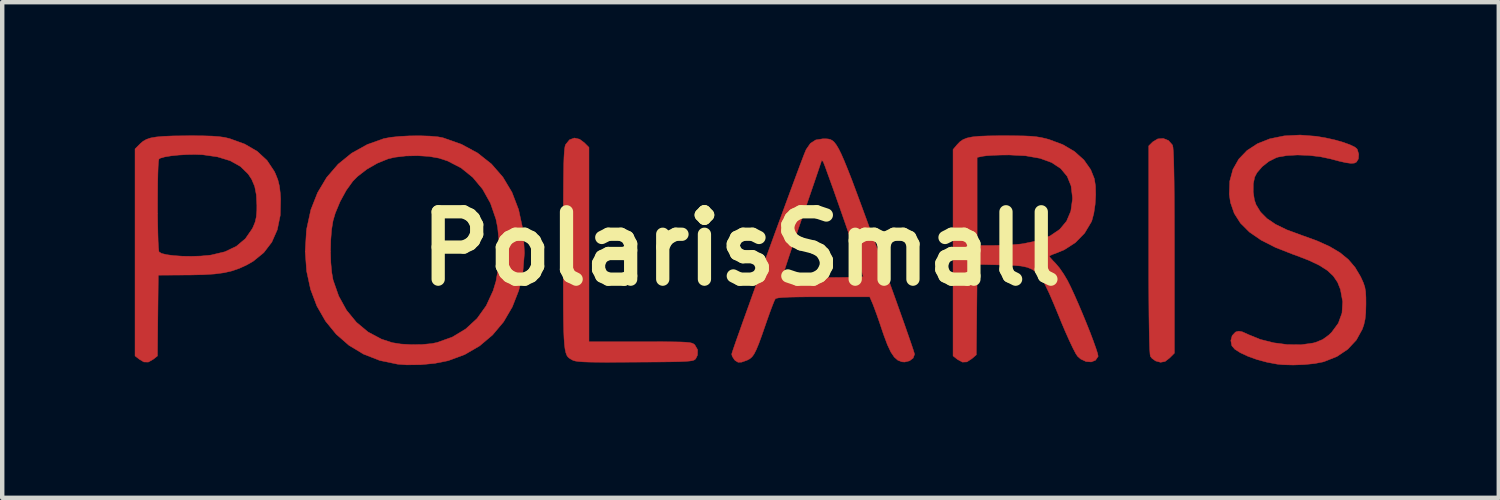
<source format=kicad_pcb>
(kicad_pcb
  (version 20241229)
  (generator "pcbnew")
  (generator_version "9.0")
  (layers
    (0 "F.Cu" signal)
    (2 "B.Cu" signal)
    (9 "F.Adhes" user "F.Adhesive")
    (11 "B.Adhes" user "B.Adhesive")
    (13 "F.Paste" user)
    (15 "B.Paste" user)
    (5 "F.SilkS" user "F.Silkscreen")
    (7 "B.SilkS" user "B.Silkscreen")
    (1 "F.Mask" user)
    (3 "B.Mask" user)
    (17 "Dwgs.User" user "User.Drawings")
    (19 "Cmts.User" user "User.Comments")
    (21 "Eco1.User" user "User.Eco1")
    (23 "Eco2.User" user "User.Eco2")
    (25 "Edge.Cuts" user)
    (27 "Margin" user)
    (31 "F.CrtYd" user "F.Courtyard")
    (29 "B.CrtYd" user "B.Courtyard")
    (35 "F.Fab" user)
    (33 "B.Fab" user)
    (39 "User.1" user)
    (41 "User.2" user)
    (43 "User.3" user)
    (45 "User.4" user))
  (footprint "PolarisSmall"
    (layer "F.Cu")
    (at 13.721 2.576)
    (property "Reference" "PolarisSmall" (at 0 0 0) (layer "F.SilkS") (effects (font (size 1.524 1.524) (thickness 0.3))))
    (attr through_hole)
    (fp_poly (pts (xy 9.664 -2.447) (xy 9.751 -2.348) (xy 9.757 -2.335) (xy 9.766 -2.286) (xy 9.774 -2.182) (xy 9.781 -2.019) (xy 9.786 -1.797) (xy 9.791 -1.512) (xy 9.794 -1.163) (xy 9.796 -0.746) (xy 9.797 -0.261) (xy 9.797 0.059) (xy 9.797 2.364) (xy 9.691 2.47) (xy 9.587 2.551) (xy 9.484 2.57) (xy 9.373 2.54) (xy 9.292 2.483) (xy 9.255 2.436) (xy 9.246 2.385) (xy 9.238 2.268) (xy 9.232 2.084) (xy 9.227 1.832) (xy 9.222 1.512) (xy 9.219 1.122) (xy 9.217 0.661) (xy 9.217 0.128) (xy 9.217 0.019) (xy 9.217 -2.326) (xy 9.306 -2.415) (xy 9.42 -2.484) (xy 9.546 -2.494) (xy 9.664 -2.447)) (stroke (width 0.01) (type solid)) (fill yes) (layer "F.Cu"))
    (fp_poly (pts (xy -3.66 -2.477) (xy -3.553 -2.398) (xy -3.447 -2.292) (xy -3.447 2.105) (xy -2.286 2.105) (xy -1.965 2.105) (xy -1.708 2.106) (xy -1.508 2.108) (xy -1.357 2.111) (xy -1.247 2.117) (xy -1.17 2.125) (xy -1.119 2.136) (xy -1.085 2.151) (xy -1.06 2.169) (xy -1.052 2.177) (xy -0.989 2.286) (xy -0.992 2.408) (xy -1.031 2.488) (xy -1.048 2.506) (xy -1.072 2.521) (xy -1.112 2.533) (xy -1.174 2.542) (xy -1.266 2.549) (xy -1.395 2.555) (xy -1.568 2.559) (xy -1.792 2.562) (xy -2.075 2.564) (xy -2.401 2.566) (xy -2.754 2.568) (xy -3.042 2.569) (xy -3.272 2.568) (xy -3.45 2.565) (xy -3.585 2.56) (xy -3.683 2.552) (xy -3.752 2.542) (xy -3.798 2.53) (xy -3.819 2.52) (xy -3.86 2.497) (xy -3.896 2.474) (xy -3.926 2.446) (xy -3.951 2.406) (xy -3.971 2.349) (xy -3.988 2.271) (xy -4.001 2.166) (xy -4.011 2.028) (xy -4.018 1.852) (xy -4.023 1.633) (xy -4.026 1.366) (xy -4.027 1.044) (xy -4.028 0.662) (xy -4.028 0.216) (xy -4.028 0) (xy -4.028 -0.471) (xy -4.027 -0.874) (xy -4.025 -1.216) (xy -4.023 -1.501) (xy -4.02 -1.734) (xy -4.017 -1.921) (xy -4.012 -2.067) (xy -4.005 -2.178) (xy -3.998 -2.258) (xy -3.989 -2.313) (xy -3.978 -2.348) (xy -3.975 -2.356) (xy -3.888 -2.463) (xy -3.78 -2.504) (xy -3.66 -2.477)) (stroke (width 0.01) (type solid)) (fill yes) (layer "F.Cu"))
    (fp_poly (pts (xy -12.17 -2.553) (xy -11.971 -2.547) (xy -11.815 -2.535) (xy -11.687 -2.517) (xy -11.575 -2.49) (xy -11.235 -2.367) (xy -10.953 -2.203) (xy -10.731 -1.998) (xy -10.565 -1.749) (xy -10.538 -1.692) (xy -10.484 -1.555) (xy -10.45 -1.417) (xy -10.43 -1.252) (xy -10.422 -1.125) (xy -10.431 -0.755) (xy -10.498 -0.429) (xy -10.622 -0.148) (xy -10.804 0.09) (xy -11.044 0.285) (xy -11.185 0.366) (xy -11.352 0.443) (xy -11.52 0.502) (xy -11.703 0.544) (xy -11.915 0.572) (xy -12.169 0.588) (xy -12.48 0.595) (xy -12.537 0.595) (xy -13.19 0.599) (xy -13.2 1.513) (xy -13.209 2.427) (xy -13.304 2.502) (xy -13.415 2.565) (xy -13.516 2.563) (xy -13.62 2.501) (xy -13.716 2.426) (xy -13.716 -1.041) (xy -13.206 -1.041) (xy -13.206 -0.798) (xy -13.203 -0.564) (xy -13.199 -0.35) (xy -13.194 -0.168) (xy -13.186 -0.029) (xy -13.178 0.054) (xy -13.172 0.073) (xy -13.115 0.108) (xy -12.998 0.136) (xy -12.838 0.157) (xy -12.647 0.17) (xy -12.441 0.173) (xy -12.233 0.167) (xy -12.037 0.149) (xy -11.996 0.144) (xy -11.685 0.07) (xy -11.426 -0.053) (xy -11.219 -0.227) (xy -11.064 -0.452) (xy -11.045 -0.49) (xy -10.999 -0.603) (xy -10.973 -0.718) (xy -10.961 -0.86) (xy -10.96 -0.98) (xy -10.972 -1.219) (xy -11.009 -1.409) (xy -11.078 -1.57) (xy -11.156 -1.689) (xy -11.331 -1.86) (xy -11.563 -1.99) (xy -11.853 -2.078) (xy -12.188 -2.126) (xy -12.358 -2.132) (xy -12.544 -2.129) (xy -12.731 -2.118) (xy -12.903 -2.1) (xy -13.046 -2.076) (xy -13.142 -2.049) (xy -13.176 -2.027) (xy -13.185 -1.976) (xy -13.193 -1.865) (xy -13.199 -1.704) (xy -13.203 -1.505) (xy -13.205 -1.28) (xy -13.206 -1.041) (xy -13.716 -1.041) (xy -13.716 -2.257) (xy -13.596 -2.377) (xy -13.533 -2.431) (xy -13.458 -2.473) (xy -13.363 -2.505) (xy -13.237 -2.527) (xy -13.071 -2.542) (xy -12.856 -2.551) (xy -12.583 -2.554) (xy -12.428 -2.555) (xy -12.17 -2.553)) (stroke (width 0.01) (type solid)) (fill yes) (layer "F.Cu"))
    (fp_poly (pts (xy -7.047 -2.547) (xy -6.86 -2.53) (xy -6.749 -2.509) (xy -6.332 -2.362) (xy -5.966 -2.164) (xy -5.654 -1.917) (xy -5.395 -1.62) (xy -5.189 -1.276) (xy -5.039 -0.885) (xy -4.944 -0.446) (xy -4.933 -0.363) (xy -4.907 0.097) (xy -4.942 0.533) (xy -5.034 0.942) (xy -5.181 1.317) (xy -5.379 1.656) (xy -5.627 1.951) (xy -5.92 2.199) (xy -6.257 2.395) (xy -6.633 2.534) (xy -6.647 2.537) (xy -6.935 2.594) (xy -7.256 2.625) (xy -7.575 2.628) (xy -7.774 2.613) (xy -8.179 2.529) (xy -8.548 2.385) (xy -8.877 2.186) (xy -9.165 1.935) (xy -9.407 1.638) (xy -9.602 1.298) (xy -9.745 0.92) (xy -9.834 0.509) (xy -9.866 0.068) (xy -9.866 0.059) (xy -9.294 0.059) (xy -9.287 0.313) (xy -9.266 0.54) (xy -9.236 0.708) (xy -9.109 1.071) (xy -8.932 1.392) (xy -8.708 1.665) (xy -8.444 1.885) (xy -8.142 2.046) (xy -7.898 2.126) (xy -7.701 2.157) (xy -7.467 2.171) (xy -7.224 2.168) (xy -7.003 2.147) (xy -6.881 2.122) (xy -6.536 1.998) (xy -6.234 1.815) (xy -5.978 1.579) (xy -5.771 1.29) (xy -5.615 0.951) (xy -5.551 0.74) (xy -5.502 0.467) (xy -5.479 0.154) (xy -5.482 -0.169) (xy -5.512 -0.473) (xy -5.551 -0.668) (xy -5.675 -1.028) (xy -5.852 -1.345) (xy -6.075 -1.613) (xy -6.341 -1.828) (xy -6.646 -1.985) (xy -6.841 -2.049) (xy -7.064 -2.088) (xy -7.323 -2.104) (xy -7.59 -2.098) (xy -7.836 -2.069) (xy -7.991 -2.033) (xy -8.234 -1.934) (xy -8.474 -1.796) (xy -8.683 -1.634) (xy -8.789 -1.527) (xy -8.94 -1.317) (xy -9.077 -1.066) (xy -9.186 -0.804) (xy -9.237 -0.631) (xy -9.269 -0.436) (xy -9.288 -0.198) (xy -9.294 0.059) (xy -9.866 0.059) (xy -9.839 -0.397) (xy -9.831 -0.457) (xy -9.739 -0.88) (xy -9.587 -1.266) (xy -9.381 -1.611) (xy -9.122 -1.911) (xy -8.815 -2.161) (xy -8.462 -2.357) (xy -8.092 -2.489) (xy -7.936 -2.519) (xy -7.733 -2.54) (xy -7.504 -2.552) (xy -7.268 -2.554) (xy -7.047 -2.547)) (stroke (width 0.01) (type solid)) (fill yes) (layer "F.Cu"))
    (fp_poly (pts (xy 6.205 -2.554) (xy 6.401 -2.551) (xy 6.553 -2.544) (xy 6.676 -2.532) (xy 6.785 -2.514) (xy 6.893 -2.489) (xy 6.962 -2.47) (xy 7.271 -2.355) (xy 7.535 -2.2) (xy 7.749 -2.009) (xy 7.904 -1.789) (xy 7.986 -1.584) (xy 8.012 -1.421) (xy 8.017 -1.218) (xy 8.004 -1.002) (xy 7.974 -0.798) (xy 7.93 -0.634) (xy 7.917 -0.604) (xy 7.765 -0.35) (xy 7.558 -0.138) (xy 7.307 0.024) (xy 7.139 0.094) (xy 7.041 0.13) (xy 6.978 0.16) (xy 6.967 0.17) (xy 6.99 0.205) (xy 7.051 0.273) (xy 7.107 0.33) (xy 7.196 0.435) (xy 7.293 0.576) (xy 7.38 0.722) (xy 7.381 0.725) (xy 7.453 0.869) (xy 7.536 1.049) (xy 7.626 1.253) (xy 7.718 1.47) (xy 7.808 1.689) (xy 7.892 1.899) (xy 7.964 2.09) (xy 8.021 2.25) (xy 8.059 2.368) (xy 8.072 2.432) (xy 8.071 2.438) (xy 8.012 2.524) (xy 7.915 2.562) (xy 7.798 2.553) (xy 7.678 2.497) (xy 7.61 2.438) (xy 7.566 2.373) (xy 7.502 2.25) (xy 7.421 2.079) (xy 7.327 1.869) (xy 7.226 1.63) (xy 7.206 1.578) (xy 7.076 1.264) (xy 6.967 1.011) (xy 6.871 0.811) (xy 6.78 0.659) (xy 6.687 0.548) (xy 6.586 0.47) (xy 6.468 0.421) (xy 6.327 0.392) (xy 6.156 0.377) (xy 5.946 0.37) (xy 5.889 0.368) (xy 5.337 0.355) (xy 5.316 2.401) (xy 5.214 2.489) (xy 5.103 2.561) (xy 5.003 2.566) (xy 4.893 2.507) (xy 4.885 2.501) (xy 4.79 2.426) (xy 4.79 -2.065) (xy 5.334 -2.065) (xy 5.334 -0.073) (xy 5.712 -0.073) (xy 5.911 -0.077) (xy 6.121 -0.088) (xy 6.307 -0.104) (xy 6.372 -0.112) (xy 6.71 -0.182) (xy 6.987 -0.29) (xy 7.203 -0.437) (xy 7.358 -0.623) (xy 7.454 -0.849) (xy 7.491 -1.115) (xy 7.491 -1.162) (xy 7.46 -1.42) (xy 7.372 -1.637) (xy 7.226 -1.813) (xy 7.02 -1.949) (xy 6.756 -2.045) (xy 6.43 -2.102) (xy 6.06 -2.121) (xy 5.871 -2.119) (xy 5.697 -2.113) (xy 5.556 -2.104) (xy 5.47 -2.093) (xy 5.334 -2.065) (xy 4.79 -2.065) (xy 4.79 -2.244) (xy 4.882 -2.353) (xy 4.943 -2.417) (xy 5.014 -2.467) (xy 5.103 -2.503) (xy 5.221 -2.528) (xy 5.378 -2.544) (xy 5.585 -2.552) (xy 5.85 -2.555) (xy 5.951 -2.555) (xy 6.205 -2.554)) (stroke (width 0.01) (type solid)) (fill yes) (layer "F.Cu"))
    (fp_poly (pts (xy 13.004 -2.543) (xy 13.217 -2.507) (xy 13.425 -2.461) (xy 13.615 -2.407) (xy 13.772 -2.35) (xy 13.884 -2.295) (xy 13.933 -2.251) (xy 13.967 -2.139) (xy 13.959 -2.031) (xy 13.916 -1.96) (xy 13.867 -1.936) (xy 13.79 -1.931) (xy 13.677 -1.946) (xy 13.514 -1.983) (xy 13.335 -2.031) (xy 13.099 -2.081) (xy 12.84 -2.111) (xy 12.581 -2.12) (xy 12.342 -2.107) (xy 12.145 -2.073) (xy 12.099 -2.058) (xy 11.935 -1.976) (xy 11.783 -1.856) (xy 11.664 -1.717) (xy 11.614 -1.621) (xy 11.582 -1.468) (xy 11.58 -1.284) (xy 11.607 -1.104) (xy 11.643 -0.998) (xy 11.745 -0.83) (xy 11.891 -0.682) (xy 12.089 -0.549) (xy 12.345 -0.425) (xy 12.664 -0.308) (xy 13.019 -0.18) (xy 13.309 -0.049) (xy 13.545 0.091) (xy 13.734 0.246) (xy 13.884 0.422) (xy 14.005 0.625) (xy 14.019 0.653) (xy 14.072 0.77) (xy 14.105 0.868) (xy 14.123 0.972) (xy 14.13 1.104) (xy 14.131 1.252) (xy 14.126 1.448) (xy 14.111 1.597) (xy 14.083 1.722) (xy 14.048 1.822) (xy 13.913 2.067) (xy 13.719 2.275) (xy 13.475 2.439) (xy 13.186 2.554) (xy 13.154 2.563) (xy 12.965 2.599) (xy 12.734 2.622) (xy 12.487 2.631) (xy 12.254 2.625) (xy 12.124 2.612) (xy 11.894 2.569) (xy 11.669 2.509) (xy 11.465 2.436) (xy 11.292 2.356) (xy 11.165 2.275) (xy 11.097 2.197) (xy 11.097 2.196) (xy 11.074 2.078) (xy 11.104 1.967) (xy 11.177 1.889) (xy 11.19 1.882) (xy 11.253 1.866) (xy 11.328 1.879) (xy 11.438 1.927) (xy 11.464 1.94) (xy 11.738 2.052) (xy 12.044 2.129) (xy 12.359 2.17) (xy 12.665 2.173) (xy 12.938 2.134) (xy 12.993 2.119) (xy 13.151 2.055) (xy 13.29 1.954) (xy 13.356 1.89) (xy 13.506 1.686) (xy 13.589 1.456) (xy 13.605 1.2) (xy 13.554 0.923) (xy 13.554 0.923) (xy 13.489 0.76) (xy 13.393 0.619) (xy 13.259 0.493) (xy 13.078 0.377) (xy 12.843 0.265) (xy 12.545 0.15) (xy 12.487 0.13) (xy 12.088 -0.026) (xy 11.758 -0.194) (xy 11.493 -0.377) (xy 11.292 -0.578) (xy 11.151 -0.799) (xy 11.066 -1.044) (xy 11.039 -1.231) (xy 11.05 -1.529) (xy 11.122 -1.795) (xy 11.253 -2.026) (xy 11.439 -2.22) (xy 11.674 -2.374) (xy 11.956 -2.486) (xy 12.28 -2.552) (xy 12.641 -2.571) (xy 13.004 -2.543)) (stroke (width 0.01) (type solid)) (fill yes) (layer "F.Cu"))
    (fp_poly (pts (xy 1.912 -2.486) (xy 1.964 -2.482) (xy 2.012 -2.471) (xy 2.057 -2.448) (xy 2.103 -2.408) (xy 2.15 -2.346) (xy 2.202 -2.259) (xy 2.261 -2.14) (xy 2.328 -1.987) (xy 2.407 -1.793) (xy 2.5 -1.556) (xy 2.607 -1.269) (xy 2.733 -0.929) (xy 2.879 -0.531) (xy 3.048 -0.07) (xy 3.082 0.023) (xy 3.224 0.413) (xy 3.359 0.785) (xy 3.484 1.132) (xy 3.597 1.449) (xy 3.697 1.73) (xy 3.78 1.969) (xy 3.846 2.16) (xy 3.892 2.297) (xy 3.916 2.375) (xy 3.919 2.389) (xy 3.887 2.475) (xy 3.805 2.537) (xy 3.696 2.564) (xy 3.631 2.559) (xy 3.54 2.523) (xy 3.459 2.452) (xy 3.383 2.339) (xy 3.305 2.174) (xy 3.221 1.949) (xy 3.191 1.861) (xy 3.128 1.673) (xy 3.066 1.496) (xy 3.012 1.349) (xy 2.974 1.249) (xy 2.971 1.243) (xy 2.905 1.089) (xy 1.856 1.089) (xy 1.534 1.089) (xy 1.278 1.092) (xy 1.082 1.096) (xy 0.939 1.103) (xy 0.843 1.112) (xy 0.788 1.124) (xy 0.769 1.135) (xy 0.744 1.184) (xy 0.702 1.289) (xy 0.647 1.436) (xy 0.584 1.613) (xy 0.55 1.711) (xy 0.464 1.959) (xy 0.395 2.148) (xy 0.338 2.285) (xy 0.289 2.382) (xy 0.241 2.448) (xy 0.191 2.491) (xy 0.133 2.522) (xy 0.126 2.525) (xy 0.006 2.567) (xy -0.074 2.569) (xy -0.138 2.531) (xy -0.158 2.51) (xy -0.205 2.436) (xy -0.218 2.386) (xy -0.206 2.343) (xy -0.171 2.239) (xy -0.116 2.08) (xy -0.043 1.875) (xy 0.044 1.629) (xy 0.145 1.349) (xy 0.255 1.042) (xy 0.373 0.715) (xy 0.414 0.602) (xy 0.943 0.602) (xy 0.953 0.618) (xy 0.989 0.63) (xy 1.057 0.64) (xy 1.166 0.646) (xy 1.324 0.65) (xy 1.538 0.652) (xy 1.815 0.653) (xy 1.851 0.653) (xy 2.099 0.652) (xy 2.321 0.65) (xy 2.507 0.646) (xy 2.648 0.642) (xy 2.735 0.636) (xy 2.758 0.632) (xy 2.746 0.588) (xy 2.714 0.486) (xy 2.663 0.334) (xy 2.598 0.142) (xy 2.522 -0.081) (xy 2.437 -0.326) (xy 2.348 -0.583) (xy 2.257 -0.843) (xy 2.168 -1.097) (xy 2.084 -1.336) (xy 2.007 -1.55) (xy 1.942 -1.73) (xy 1.892 -1.868) (xy 1.859 -1.952) (xy 1.848 -1.976) (xy 1.817 -1.996) (xy 1.814 -1.991) (xy 1.803 -1.953) (xy 1.77 -1.855) (xy 1.719 -1.703) (xy 1.652 -1.506) (xy 1.572 -1.272) (xy 1.481 -1.007) (xy 1.382 -0.72) (xy 1.379 -0.711) (xy 1.28 -0.422) (xy 1.188 -0.153) (xy 1.107 0.087) (xy 1.04 0.29) (xy 0.988 0.449) (xy 0.955 0.555) (xy 0.943 0.601) (xy 0.943 0.602) (xy 0.414 0.602) (xy 0.496 0.376) (xy 0.622 0.03) (xy 0.747 -0.315) (xy 0.871 -0.652) (xy 0.989 -0.975) (xy 1.1 -1.276) (xy 1.201 -1.549) (xy 1.289 -1.786) (xy 1.363 -1.982) (xy 1.419 -2.129) (xy 1.456 -2.219) (xy 1.466 -2.243) (xy 1.563 -2.383) (xy 1.683 -2.46) (xy 1.844 -2.486) (xy 1.854 -2.486) (xy 1.912 -2.486)) (stroke (width 0.01) (type solid)) (fill yes) (layer "F.Cu"))
    (fp_poly (pts (xy 9.664 -2.447) (xy 9.751 -2.348) (xy 9.757 -2.335) (xy 9.766 -2.286) (xy 9.774 -2.182) (xy 9.781 -2.019) (xy 9.786 -1.797) (xy 9.791 -1.512) (xy 9.794 -1.163) (xy 9.796 -0.746) (xy 9.797 -0.261) (xy 9.797 0.059) (xy 9.797 2.364) (xy 9.691 2.47) (xy 9.587 2.551) (xy 9.484 2.57) (xy 9.373 2.54) (xy 9.292 2.483) (xy 9.255 2.436) (xy 9.246 2.385) (xy 9.238 2.268) (xy 9.232 2.084) (xy 9.227 1.832) (xy 9.222 1.512) (xy 9.219 1.122) (xy 9.217 0.661) (xy 9.217 0.128) (xy 9.217 0.019) (xy 9.217 -2.326) (xy 9.306 -2.415) (xy 9.42 -2.484) (xy 9.546 -2.494) (xy 9.664 -2.447)) (stroke (width 0.01) (type solid)) (fill yes) (layer "F.Mask"))
    (fp_poly (pts (xy -3.66 -2.477) (xy -3.553 -2.398) (xy -3.447 -2.292) (xy -3.447 2.105) (xy -2.286 2.105) (xy -1.965 2.105) (xy -1.708 2.106) (xy -1.508 2.108) (xy -1.357 2.111) (xy -1.247 2.117) (xy -1.17 2.125) (xy -1.119 2.136) (xy -1.085 2.151) (xy -1.06 2.169) (xy -1.052 2.177) (xy -0.989 2.286) (xy -0.992 2.408) (xy -1.031 2.488) (xy -1.048 2.506) (xy -1.072 2.521) (xy -1.112 2.533) (xy -1.174 2.542) (xy -1.266 2.549) (xy -1.395 2.555) (xy -1.568 2.559) (xy -1.792 2.562) (xy -2.075 2.564) (xy -2.401 2.566) (xy -2.754 2.568) (xy -3.042 2.569) (xy -3.272 2.568) (xy -3.45 2.565) (xy -3.585 2.56) (xy -3.683 2.552) (xy -3.752 2.542) (xy -3.798 2.53) (xy -3.819 2.52) (xy -3.86 2.497) (xy -3.896 2.474) (xy -3.926 2.446) (xy -3.951 2.406) (xy -3.971 2.349) (xy -3.988 2.271) (xy -4.001 2.166) (xy -4.011 2.028) (xy -4.018 1.852) (xy -4.023 1.633) (xy -4.026 1.366) (xy -4.027 1.044) (xy -4.028 0.662) (xy -4.028 0.216) (xy -4.028 0) (xy -4.028 -0.471) (xy -4.027 -0.874) (xy -4.025 -1.216) (xy -4.023 -1.501) (xy -4.02 -1.734) (xy -4.017 -1.921) (xy -4.012 -2.067) (xy -4.005 -2.178) (xy -3.998 -2.258) (xy -3.989 -2.313) (xy -3.978 -2.348) (xy -3.975 -2.356) (xy -3.888 -2.463) (xy -3.78 -2.504) (xy -3.66 -2.477)) (stroke (width 0.01) (type solid)) (fill yes) (layer "F.Mask"))
    (fp_poly (pts (xy -12.17 -2.553) (xy -11.971 -2.547) (xy -11.815 -2.535) (xy -11.687 -2.517) (xy -11.575 -2.49) (xy -11.235 -2.367) (xy -10.953 -2.203) (xy -10.731 -1.998) (xy -10.565 -1.749) (xy -10.538 -1.692) (xy -10.484 -1.555) (xy -10.45 -1.417) (xy -10.43 -1.252) (xy -10.422 -1.125) (xy -10.431 -0.755) (xy -10.498 -0.429) (xy -10.622 -0.148) (xy -10.804 0.09) (xy -11.044 0.285) (xy -11.185 0.366) (xy -11.352 0.443) (xy -11.52 0.502) (xy -11.703 0.544) (xy -11.915 0.572) (xy -12.169 0.588) (xy -12.48 0.595) (xy -12.537 0.595) (xy -13.19 0.599) (xy -13.2 1.513) (xy -13.209 2.427) (xy -13.304 2.502) (xy -13.415 2.565) (xy -13.516 2.563) (xy -13.62 2.501) (xy -13.716 2.426) (xy -13.716 -1.041) (xy -13.206 -1.041) (xy -13.206 -0.798) (xy -13.203 -0.564) (xy -13.199 -0.35) (xy -13.194 -0.168) (xy -13.186 -0.029) (xy -13.178 0.054) (xy -13.172 0.073) (xy -13.115 0.108) (xy -12.998 0.136) (xy -12.838 0.157) (xy -12.647 0.17) (xy -12.441 0.173) (xy -12.233 0.167) (xy -12.037 0.149) (xy -11.996 0.144) (xy -11.685 0.07) (xy -11.426 -0.053) (xy -11.219 -0.227) (xy -11.064 -0.452) (xy -11.045 -0.49) (xy -10.999 -0.603) (xy -10.973 -0.718) (xy -10.961 -0.86) (xy -10.96 -0.98) (xy -10.972 -1.219) (xy -11.009 -1.409) (xy -11.078 -1.57) (xy -11.156 -1.689) (xy -11.331 -1.86) (xy -11.563 -1.99) (xy -11.853 -2.078) (xy -12.188 -2.126) (xy -12.358 -2.132) (xy -12.544 -2.129) (xy -12.731 -2.118) (xy -12.903 -2.1) (xy -13.046 -2.076) (xy -13.142 -2.049) (xy -13.176 -2.027) (xy -13.185 -1.976) (xy -13.193 -1.865) (xy -13.199 -1.704) (xy -13.203 -1.505) (xy -13.205 -1.28) (xy -13.206 -1.041) (xy -13.716 -1.041) (xy -13.716 -2.257) (xy -13.596 -2.377) (xy -13.533 -2.431) (xy -13.458 -2.473) (xy -13.363 -2.505) (xy -13.237 -2.527) (xy -13.071 -2.542) (xy -12.856 -2.551) (xy -12.583 -2.554) (xy -12.428 -2.555) (xy -12.17 -2.553)) (stroke (width 0.01) (type solid)) (fill yes) (layer "F.Mask"))
    (fp_poly (pts (xy -7.047 -2.547) (xy -6.86 -2.53) (xy -6.749 -2.509) (xy -6.332 -2.362) (xy -5.966 -2.164) (xy -5.654 -1.917) (xy -5.395 -1.62) (xy -5.189 -1.276) (xy -5.039 -0.885) (xy -4.944 -0.446) (xy -4.933 -0.363) (xy -4.907 0.097) (xy -4.942 0.533) (xy -5.034 0.942) (xy -5.181 1.317) (xy -5.379 1.656) (xy -5.627 1.951) (xy -5.92 2.199) (xy -6.257 2.395) (xy -6.633 2.534) (xy -6.647 2.537) (xy -6.935 2.594) (xy -7.256 2.625) (xy -7.575 2.628) (xy -7.774 2.613) (xy -8.179 2.529) (xy -8.548 2.385) (xy -8.877 2.186) (xy -9.165 1.935) (xy -9.407 1.638) (xy -9.602 1.298) (xy -9.745 0.92) (xy -9.834 0.509) (xy -9.866 0.068) (xy -9.866 0.059) (xy -9.294 0.059) (xy -9.287 0.313) (xy -9.266 0.54) (xy -9.236 0.708) (xy -9.109 1.071) (xy -8.932 1.392) (xy -8.708 1.665) (xy -8.444 1.885) (xy -8.142 2.046) (xy -7.898 2.126) (xy -7.701 2.157) (xy -7.467 2.171) (xy -7.224 2.168) (xy -7.003 2.147) (xy -6.881 2.122) (xy -6.536 1.998) (xy -6.234 1.815) (xy -5.978 1.579) (xy -5.771 1.29) (xy -5.615 0.951) (xy -5.551 0.74) (xy -5.502 0.467) (xy -5.479 0.154) (xy -5.482 -0.169) (xy -5.512 -0.473) (xy -5.551 -0.668) (xy -5.675 -1.028) (xy -5.852 -1.345) (xy -6.075 -1.613) (xy -6.341 -1.828) (xy -6.646 -1.985) (xy -6.841 -2.049) (xy -7.064 -2.088) (xy -7.323 -2.104) (xy -7.59 -2.098) (xy -7.836 -2.069) (xy -7.991 -2.033) (xy -8.234 -1.934) (xy -8.474 -1.796) (xy -8.683 -1.634) (xy -8.789 -1.527) (xy -8.94 -1.317) (xy -9.077 -1.066) (xy -9.186 -0.804) (xy -9.237 -0.631) (xy -9.269 -0.436) (xy -9.288 -0.198) (xy -9.294 0.059) (xy -9.866 0.059) (xy -9.839 -0.397) (xy -9.831 -0.457) (xy -9.739 -0.88) (xy -9.587 -1.266) (xy -9.381 -1.611) (xy -9.122 -1.911) (xy -8.815 -2.161) (xy -8.462 -2.357) (xy -8.092 -2.489) (xy -7.936 -2.519) (xy -7.733 -2.54) (xy -7.504 -2.552) (xy -7.268 -2.554) (xy -7.047 -2.547)) (stroke (width 0.01) (type solid)) (fill yes) (layer "F.Mask"))
    (fp_poly (pts (xy 6.205 -2.554) (xy 6.401 -2.551) (xy 6.553 -2.544) (xy 6.676 -2.532) (xy 6.785 -2.514) (xy 6.893 -2.489) (xy 6.962 -2.47) (xy 7.271 -2.355) (xy 7.535 -2.2) (xy 7.749 -2.009) (xy 7.904 -1.789) (xy 7.986 -1.584) (xy 8.012 -1.421) (xy 8.017 -1.218) (xy 8.004 -1.002) (xy 7.974 -0.798) (xy 7.93 -0.634) (xy 7.917 -0.604) (xy 7.765 -0.35) (xy 7.558 -0.138) (xy 7.307 0.024) (xy 7.139 0.094) (xy 7.041 0.13) (xy 6.978 0.16) (xy 6.967 0.17) (xy 6.99 0.205) (xy 7.051 0.273) (xy 7.107 0.33) (xy 7.196 0.435) (xy 7.293 0.576) (xy 7.38 0.722) (xy 7.381 0.725) (xy 7.453 0.869) (xy 7.536 1.049) (xy 7.626 1.253) (xy 7.718 1.47) (xy 7.808 1.689) (xy 7.892 1.899) (xy 7.964 2.09) (xy 8.021 2.25) (xy 8.059 2.368) (xy 8.072 2.432) (xy 8.071 2.438) (xy 8.012 2.524) (xy 7.915 2.562) (xy 7.798 2.553) (xy 7.678 2.497) (xy 7.61 2.438) (xy 7.566 2.373) (xy 7.502 2.25) (xy 7.421 2.079) (xy 7.327 1.869) (xy 7.226 1.63) (xy 7.206 1.578) (xy 7.076 1.264) (xy 6.967 1.011) (xy 6.871 0.811) (xy 6.78 0.659) (xy 6.687 0.548) (xy 6.586 0.47) (xy 6.468 0.421) (xy 6.327 0.392) (xy 6.156 0.377) (xy 5.946 0.37) (xy 5.889 0.368) (xy 5.337 0.355) (xy 5.316 2.401) (xy 5.214 2.489) (xy 5.103 2.561) (xy 5.003 2.566) (xy 4.893 2.507) (xy 4.885 2.501) (xy 4.79 2.426) (xy 4.79 -2.065) (xy 5.334 -2.065) (xy 5.334 -0.073) (xy 5.712 -0.073) (xy 5.911 -0.077) (xy 6.121 -0.088) (xy 6.307 -0.104) (xy 6.372 -0.112) (xy 6.71 -0.182) (xy 6.987 -0.29) (xy 7.203 -0.437) (xy 7.358 -0.623) (xy 7.454 -0.849) (xy 7.491 -1.115) (xy 7.491 -1.162) (xy 7.46 -1.42) (xy 7.372 -1.637) (xy 7.226 -1.813) (xy 7.02 -1.949) (xy 6.756 -2.045) (xy 6.43 -2.102) (xy 6.06 -2.121) (xy 5.871 -2.119) (xy 5.697 -2.113) (xy 5.556 -2.104) (xy 5.47 -2.093) (xy 5.334 -2.065) (xy 4.79 -2.065) (xy 4.79 -2.244) (xy 4.882 -2.353) (xy 4.943 -2.417) (xy 5.014 -2.467) (xy 5.103 -2.503) (xy 5.221 -2.528) (xy 5.378 -2.544) (xy 5.585 -2.552) (xy 5.85 -2.555) (xy 5.951 -2.555) (xy 6.205 -2.554)) (stroke (width 0.01) (type solid)) (fill yes) (layer "F.Mask"))
    (fp_poly (pts (xy 13.004 -2.543) (xy 13.217 -2.507) (xy 13.425 -2.461) (xy 13.615 -2.407) (xy 13.772 -2.35) (xy 13.884 -2.295) (xy 13.933 -2.251) (xy 13.967 -2.139) (xy 13.959 -2.031) (xy 13.916 -1.96) (xy 13.867 -1.936) (xy 13.79 -1.931) (xy 13.677 -1.946) (xy 13.514 -1.983) (xy 13.335 -2.031) (xy 13.099 -2.081) (xy 12.84 -2.111) (xy 12.581 -2.12) (xy 12.342 -2.107) (xy 12.145 -2.073) (xy 12.099 -2.058) (xy 11.935 -1.976) (xy 11.783 -1.856) (xy 11.664 -1.717) (xy 11.614 -1.621) (xy 11.582 -1.468) (xy 11.58 -1.284) (xy 11.607 -1.104) (xy 11.643 -0.998) (xy 11.745 -0.83) (xy 11.891 -0.682) (xy 12.089 -0.549) (xy 12.345 -0.425) (xy 12.664 -0.308) (xy 13.019 -0.18) (xy 13.309 -0.049) (xy 13.545 0.091) (xy 13.734 0.246) (xy 13.884 0.422) (xy 14.005 0.625) (xy 14.019 0.653) (xy 14.072 0.77) (xy 14.105 0.868) (xy 14.123 0.972) (xy 14.13 1.104) (xy 14.131 1.252) (xy 14.126 1.448) (xy 14.111 1.597) (xy 14.083 1.722) (xy 14.048 1.822) (xy 13.913 2.067) (xy 13.719 2.275) (xy 13.475 2.439) (xy 13.186 2.554) (xy 13.154 2.563) (xy 12.965 2.599) (xy 12.734 2.622) (xy 12.487 2.631) (xy 12.254 2.625) (xy 12.124 2.612) (xy 11.894 2.569) (xy 11.669 2.509) (xy 11.465 2.436) (xy 11.292 2.356) (xy 11.165 2.275) (xy 11.097 2.197) (xy 11.097 2.196) (xy 11.074 2.078) (xy 11.104 1.967) (xy 11.177 1.889) (xy 11.19 1.882) (xy 11.253 1.866) (xy 11.328 1.879) (xy 11.438 1.927) (xy 11.464 1.94) (xy 11.738 2.052) (xy 12.044 2.129) (xy 12.359 2.17) (xy 12.665 2.173) (xy 12.938 2.134) (xy 12.993 2.119) (xy 13.151 2.055) (xy 13.29 1.954) (xy 13.356 1.89) (xy 13.506 1.686) (xy 13.589 1.456) (xy 13.605 1.2) (xy 13.554 0.923) (xy 13.554 0.923) (xy 13.489 0.76) (xy 13.393 0.619) (xy 13.259 0.493) (xy 13.078 0.377) (xy 12.843 0.265) (xy 12.545 0.15) (xy 12.487 0.13) (xy 12.088 -0.026) (xy 11.758 -0.194) (xy 11.493 -0.377) (xy 11.292 -0.578) (xy 11.151 -0.799) (xy 11.066 -1.044) (xy 11.039 -1.231) (xy 11.05 -1.529) (xy 11.122 -1.795) (xy 11.253 -2.026) (xy 11.439 -2.22) (xy 11.674 -2.374) (xy 11.956 -2.486) (xy 12.28 -2.552) (xy 12.641 -2.571) (xy 13.004 -2.543)) (stroke (width 0.01) (type solid)) (fill yes) (layer "F.Mask"))
    (fp_poly (pts (xy 1.912 -2.486) (xy 1.964 -2.482) (xy 2.012 -2.471) (xy 2.057 -2.448) (xy 2.103 -2.408) (xy 2.15 -2.346) (xy 2.202 -2.259) (xy 2.261 -2.14) (xy 2.328 -1.987) (xy 2.407 -1.793) (xy 2.5 -1.556) (xy 2.607 -1.269) (xy 2.733 -0.929) (xy 2.879 -0.531) (xy 3.048 -0.07) (xy 3.082 0.023) (xy 3.224 0.413) (xy 3.359 0.785) (xy 3.484 1.132) (xy 3.597 1.449) (xy 3.697 1.73) (xy 3.78 1.969) (xy 3.846 2.16) (xy 3.892 2.297) (xy 3.916 2.375) (xy 3.919 2.389) (xy 3.887 2.475) (xy 3.805 2.537) (xy 3.696 2.564) (xy 3.631 2.559) (xy 3.54 2.523) (xy 3.459 2.452) (xy 3.383 2.339) (xy 3.305 2.174) (xy 3.221 1.949) (xy 3.191 1.861) (xy 3.128 1.673) (xy 3.066 1.496) (xy 3.012 1.349) (xy 2.974 1.249) (xy 2.971 1.243) (xy 2.905 1.089) (xy 1.856 1.089) (xy 1.534 1.089) (xy 1.278 1.092) (xy 1.082 1.096) (xy 0.939 1.103) (xy 0.843 1.112) (xy 0.788 1.124) (xy 0.769 1.135) (xy 0.744 1.184) (xy 0.702 1.289) (xy 0.647 1.436) (xy 0.584 1.613) (xy 0.55 1.711) (xy 0.464 1.959) (xy 0.395 2.148) (xy 0.338 2.285) (xy 0.289 2.382) (xy 0.241 2.448) (xy 0.191 2.491) (xy 0.133 2.522) (xy 0.126 2.525) (xy 0.006 2.567) (xy -0.074 2.569) (xy -0.138 2.531) (xy -0.158 2.51) (xy -0.205 2.436) (xy -0.218 2.386) (xy -0.206 2.343) (xy -0.171 2.239) (xy -0.116 2.08) (xy -0.043 1.875) (xy 0.044 1.629) (xy 0.145 1.349) (xy 0.255 1.042) (xy 0.373 0.715) (xy 0.414 0.602) (xy 0.943 0.602) (xy 0.953 0.618) (xy 0.989 0.63) (xy 1.057 0.64) (xy 1.166 0.646) (xy 1.324 0.65) (xy 1.538 0.652) (xy 1.815 0.653) (xy 1.851 0.653) (xy 2.099 0.652) (xy 2.321 0.65) (xy 2.507 0.646) (xy 2.648 0.642) (xy 2.735 0.636) (xy 2.758 0.632) (xy 2.746 0.588) (xy 2.714 0.486) (xy 2.663 0.334) (xy 2.598 0.142) (xy 2.522 -0.081) (xy 2.437 -0.326) (xy 2.348 -0.583) (xy 2.257 -0.843) (xy 2.168 -1.097) (xy 2.084 -1.336) (xy 2.007 -1.55) (xy 1.942 -1.73) (xy 1.892 -1.868) (xy 1.859 -1.952) (xy 1.848 -1.976) (xy 1.817 -1.996) (xy 1.814 -1.991) (xy 1.803 -1.953) (xy 1.77 -1.855) (xy 1.719 -1.703) (xy 1.652 -1.506) (xy 1.572 -1.272) (xy 1.481 -1.007) (xy 1.382 -0.72) (xy 1.379 -0.711) (xy 1.28 -0.422) (xy 1.188 -0.153) (xy 1.107 0.087) (xy 1.04 0.29) (xy 0.988 0.449) (xy 0.955 0.555) (xy 0.943 0.601) (xy 0.943 0.602) (xy 0.414 0.602) (xy 0.496 0.376) (xy 0.622 0.03) (xy 0.747 -0.315) (xy 0.871 -0.652) (xy 0.989 -0.975) (xy 1.1 -1.276) (xy 1.201 -1.549) (xy 1.289 -1.786) (xy 1.363 -1.982) (xy 1.419 -2.129) (xy 1.456 -2.219) (xy 1.466 -2.243) (xy 1.563 -2.383) (xy 1.683 -2.46) (xy 1.844 -2.486) (xy 1.854 -2.486) (xy 1.912 -2.486)) (stroke (width 0.01) (type solid)) (fill yes) (layer "F.Mask")))
  (gr_rect
    (start -3 -3)
    (end 30.857 8.212)
    (stroke (width 0.1) (type default))
    (fill no)
    (layer "Edge.Cuts")))
</source>
